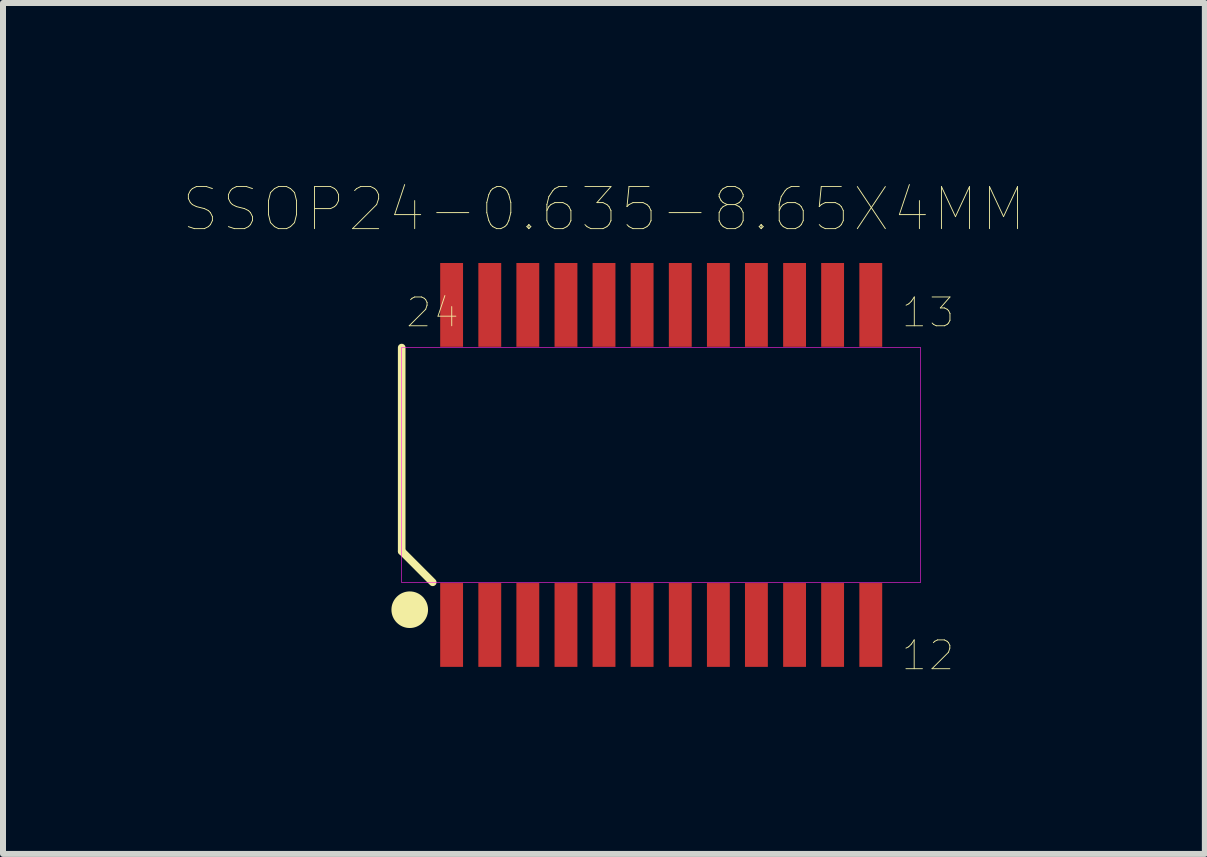
<source format=kicad_pcb>
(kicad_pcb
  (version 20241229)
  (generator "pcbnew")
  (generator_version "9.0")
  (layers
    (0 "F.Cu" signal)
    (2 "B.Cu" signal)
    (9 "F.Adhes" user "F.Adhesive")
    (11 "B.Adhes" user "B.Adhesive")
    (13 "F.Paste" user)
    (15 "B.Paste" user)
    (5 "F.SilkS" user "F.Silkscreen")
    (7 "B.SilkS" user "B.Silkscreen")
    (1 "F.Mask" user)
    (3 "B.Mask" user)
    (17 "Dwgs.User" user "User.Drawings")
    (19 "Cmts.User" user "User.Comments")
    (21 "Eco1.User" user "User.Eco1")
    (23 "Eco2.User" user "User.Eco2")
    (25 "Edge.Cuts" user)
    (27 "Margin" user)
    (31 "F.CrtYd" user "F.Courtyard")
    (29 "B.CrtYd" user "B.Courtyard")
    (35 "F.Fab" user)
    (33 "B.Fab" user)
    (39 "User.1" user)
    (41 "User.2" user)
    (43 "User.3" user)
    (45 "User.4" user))
  (footprint "SSOP24-0.635-8.65X4MM"
    (layer "F.Cu")
    (at 7.97 4.699)
    (property "Reference" "SSOP24-0.635-8.65X4MM" (at -0.954 -4.262 0) (layer "F.SilkS") (effects (font (size 0.701 0.701) (thickness 0.015))))
    (attr through_hole)
    (fp_line (start -4.325 1.438) (end -4.325 -1.956) (stroke (width 0.127) (type solid)) (layer "F.SilkS"))
    (fp_line (start -3.808 1.956) (end -4.325 1.438) (stroke (width 0.127) (type solid)) (layer "F.SilkS"))
    (fp_circle (center -4.191 2.413) (end -3.886 2.413) (stroke (width 0) (type solid)) (fill yes) (layer "F.SilkS"))
    (fp_poly (pts (xy -4.329 -1.956) (xy 4.325 -1.956) (xy 4.325 1.958) (xy -4.329 1.958)) (stroke (width 0.01) (type solid)) (fill no) (layer "F.CrtYd"))
    (fp_text user "24" (at -3.811 -2.541 0) (layer "F.SilkS") (effects (font (size 0.48 0.48) (thickness 0.015))))
    (fp_text user "13" (at 4.447 -2.541 0) (layer "F.SilkS") (effects (font (size 0.48 0.48) (thickness 0.015))))
    (fp_text user "12" (at 4.445 3.175 0) (layer "F.SilkS") (effects (font (size 0.48 0.48) (thickness 0.015))))
    (pad "1" smd rect (at -3.493 2.667) (size 0.381 1.397) (layers "F.Cu" "F.Mask" "F.Paste"))
    (pad "2" smd rect (at -2.857 2.667) (size 0.381 1.397) (layers "F.Cu" "F.Mask" "F.Paste"))
    (pad "3" smd rect (at -2.223 2.667) (size 0.381 1.397) (layers "F.Cu" "F.Mask" "F.Paste"))
    (pad "4" smd rect (at -1.587 2.667) (size 0.381 1.397) (layers "F.Cu" "F.Mask" "F.Paste"))
    (pad "5" smd rect (at -0.953 2.667) (size 0.381 1.397) (layers "F.Cu" "F.Mask" "F.Paste"))
    (pad "6" smd rect (at -0.318 2.667) (size 0.381 1.397) (layers "F.Cu" "F.Mask" "F.Paste"))
    (pad "7" smd rect (at 0.318 2.667) (size 0.381 1.397) (layers "F.Cu" "F.Mask" "F.Paste"))
    (pad "8" smd rect (at 0.953 2.667) (size 0.381 1.397) (layers "F.Cu" "F.Mask" "F.Paste"))
    (pad "9" smd rect (at 1.587 2.667) (size 0.381 1.397) (layers "F.Cu" "F.Mask" "F.Paste"))
    (pad "10" smd rect (at 2.223 2.667) (size 0.381 1.397) (layers "F.Cu" "F.Mask" "F.Paste"))
    (pad "11" smd rect (at 2.857 2.667) (size 0.381 1.397) (layers "F.Cu" "F.Mask" "F.Paste"))
    (pad "12" smd rect (at 3.493 2.667) (size 0.381 1.397) (layers "F.Cu" "F.Mask" "F.Paste"))
    (pad "13" smd rect (at 3.493 -2.667) (size 0.381 1.397) (layers "F.Cu" "F.Mask" "F.Paste"))
    (pad "14" smd rect (at 2.857 -2.667) (size 0.381 1.397) (layers "F.Cu" "F.Mask" "F.Paste"))
    (pad "15" smd rect (at 2.223 -2.667) (size 0.381 1.397) (layers "F.Cu" "F.Mask" "F.Paste"))
    (pad "16" smd rect (at 1.587 -2.667) (size 0.381 1.397) (layers "F.Cu" "F.Mask" "F.Paste"))
    (pad "17" smd rect (at 0.953 -2.667) (size 0.381 1.397) (layers "F.Cu" "F.Mask" "F.Paste"))
    (pad "18" smd rect (at 0.318 -2.667) (size 0.381 1.397) (layers "F.Cu" "F.Mask" "F.Paste"))
    (pad "19" smd rect (at -0.318 -2.667) (size 0.381 1.397) (layers "F.Cu" "F.Mask" "F.Paste"))
    (pad "20" smd rect (at -0.953 -2.667) (size 0.381 1.397) (layers "F.Cu" "F.Mask" "F.Paste"))
    (pad "21" smd rect (at -1.587 -2.667) (size 0.381 1.397) (layers "F.Cu" "F.Mask" "F.Paste"))
    (pad "22" smd rect (at -2.223 -2.667) (size 0.381 1.397) (layers "F.Cu" "F.Mask" "F.Paste"))
    (pad "23" smd rect (at -2.857 -2.667) (size 0.381 1.397) (layers "F.Cu" "F.Mask" "F.Paste"))
    (pad "24" smd rect (at -3.493 -2.667) (size 0.381 1.397) (layers "F.Cu" "F.Mask" "F.Paste")))
  (gr_rect
    (start -3 -3)
    (end 17.031 11.182)
    (stroke (width 0.1) (type default))
    (fill no)
    (layer "Edge.Cuts")))
</source>
